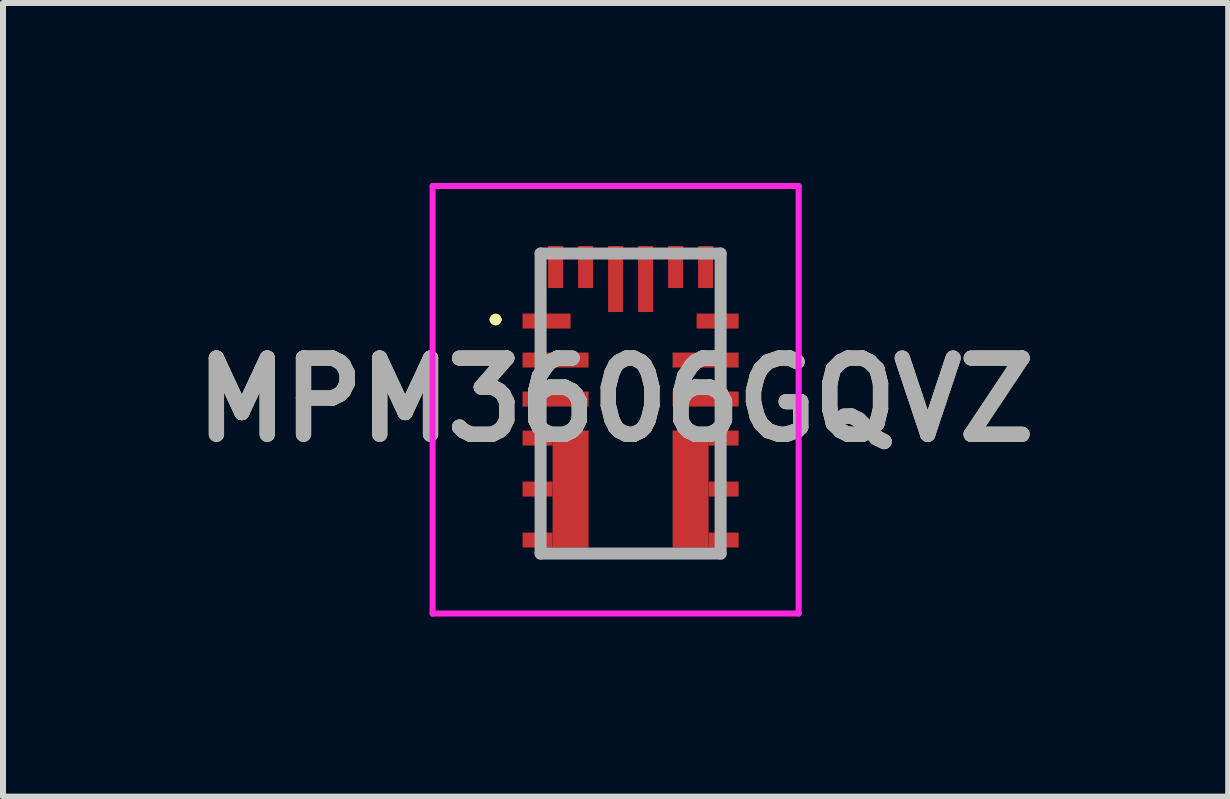
<source format=kicad_pcb>
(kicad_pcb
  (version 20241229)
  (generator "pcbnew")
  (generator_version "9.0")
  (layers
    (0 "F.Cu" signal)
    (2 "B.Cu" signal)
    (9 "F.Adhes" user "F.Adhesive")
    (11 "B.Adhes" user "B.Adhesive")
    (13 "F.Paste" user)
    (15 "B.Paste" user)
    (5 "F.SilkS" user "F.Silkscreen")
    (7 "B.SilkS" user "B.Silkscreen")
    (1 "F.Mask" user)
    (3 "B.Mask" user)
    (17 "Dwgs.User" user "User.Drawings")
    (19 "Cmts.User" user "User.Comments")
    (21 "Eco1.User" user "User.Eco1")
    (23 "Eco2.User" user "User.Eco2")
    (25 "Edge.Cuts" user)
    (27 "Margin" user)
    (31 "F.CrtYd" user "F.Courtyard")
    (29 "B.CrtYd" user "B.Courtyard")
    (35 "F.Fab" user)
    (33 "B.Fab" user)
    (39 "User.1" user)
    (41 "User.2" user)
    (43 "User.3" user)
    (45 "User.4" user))
  (footprint "MPM3606GQVZ"
    (layer "F.Cu")
    (at 6.059 2.3)
    (property "Reference" "MPM3606GQVZ" (at 1.15 1.313 0) (layer "F.SilkS") (effects (font (size 1.27 1.27) (thickness 0.254))))
    (attr smd)
    (fp_line (start -0.9 -0.025) (end -0.9 -0.025) (stroke (width 0.1) (type solid)) (layer "F.SilkS"))
    (fp_line (start -0.8 -0.025) (end -0.8 -0.025) (stroke (width 0.1) (type solid)) (layer "F.SilkS"))
    (fp_line (start 1 3.875) (end 1.8 3.875) (stroke (width 0.1) (type solid)) (layer "F.SilkS"))
    (fp_arc (start -0.9 -0.025) (mid -0.85 -0.075) (end -0.8 -0.025) (stroke (width 0.1) (type solid)) (layer "F.SilkS"))
    (fp_arc (start -0.8 -0.025) (mid -0.85 0.025) (end -0.9 -0.025) (stroke (width 0.1) (type solid)) (layer "F.SilkS"))
    (fp_line (start -1.9 -2.25) (end 4.2 -2.25) (stroke (width 0.1) (type solid)) (layer "F.CrtYd"))
    (fp_line (start -1.9 4.875) (end -1.9 -2.25) (stroke (width 0.1) (type solid)) (layer "F.CrtYd"))
    (fp_line (start 4.2 -2.25) (end 4.2 4.875) (stroke (width 0.1) (type solid)) (layer "F.CrtYd"))
    (fp_line (start 4.2 4.875) (end -1.9 4.875) (stroke (width 0.1) (type solid)) (layer "F.CrtYd"))
    (fp_line (start -0.1 -1.125) (end 2.9 -1.125) (stroke (width 0.2) (type solid)) (layer "F.Fab"))
    (fp_line (start -0.1 3.875) (end -0.1 -1.125) (stroke (width 0.2) (type solid)) (layer "F.Fab"))
    (fp_line (start 2.9 -1.125) (end 2.9 3.875) (stroke (width 0.2) (type solid)) (layer "F.Fab"))
    (fp_line (start 2.9 3.875) (end -0.1 3.875) (stroke (width 0.2) (type solid)) (layer "F.Fab"))
    (fp_text user "${REFERENCE}" (at 1.15 1.313 0) (layer "F.Fab") (effects (font (size 1.27 1.27) (thickness 0.254))))
    (pad "1" smd rect (at 0 0 90) (size 0.25 0.8) (layers "F.Cu" "F.Mask" "F.Paste"))
    (pad "2" smd rect (at 0.15 0.65 90) (size 0.25 1.1) (layers "F.Cu" "F.Mask" "F.Paste"))
    (pad "3" smd rect (at 0.15 1.3 90) (size 0.25 1.1) (layers "F.Cu" "F.Mask" "F.Paste"))
    (pad "4" smd rect (at -0.15 1.95 90) (size 0.25 0.5) (layers "F.Cu" "F.Mask" "F.Paste"))
    (pad "5" smd rect (at -0.15 2.8 90) (size 0.25 0.5) (layers "F.Cu" "F.Mask" "F.Paste"))
    (pad "6" smd rect (at -0.15 3.65 90) (size 0.25 0.5) (layers "F.Cu" "F.Mask" "F.Paste"))
    (pad "7" smd rect (at 2.95 3.65 90) (size 0.25 0.5) (layers "F.Cu" "F.Mask" "F.Paste"))
    (pad "8" smd rect (at 2.95 2.8 90) (size 0.25 0.5) (layers "F.Cu" "F.Mask" "F.Paste"))
    (pad "9" smd rect (at 2.95 1.95 90) (size 0.25 0.5) (layers "F.Cu" "F.Mask" "F.Paste"))
    (pad "10" smd rect (at 2.65 1.3 90) (size 0.25 1.1) (layers "F.Cu" "F.Mask" "F.Paste"))
    (pad "11" smd rect (at 2.65 0.65 90) (size 0.25 1.1) (layers "F.Cu" "F.Mask" "F.Paste"))
    (pad "12" smd rect (at 2.85 0 90) (size 0.25 0.7) (layers "F.Cu" "F.Mask" "F.Paste"))
    (pad "13" smd rect (at 2.65 -0.9) (size 0.25 0.7) (layers "F.Cu" "F.Mask" "F.Paste"))
    (pad "14" smd rect (at 2.15 -0.9) (size 0.25 0.7) (layers "F.Cu" "F.Mask" "F.Paste"))
    (pad "15" smd rect (at 1.65 -0.7) (size 0.25 1.1) (layers "F.Cu" "F.Mask" "F.Paste"))
    (pad "16" smd rect (at 1.15 -0.7) (size 0.25 1.1) (layers "F.Cu" "F.Mask" "F.Paste"))
    (pad "17" smd rect (at 0.65 -0.9) (size 0.25 0.7) (layers "F.Cu" "F.Mask" "F.Paste"))
    (pad "18" smd rect (at 0.15 -0.9) (size 0.25 0.7) (layers "F.Cu" "F.Mask" "F.Paste"))
    (pad "19" smd rect (at 0.4 2.8) (size 0.6 1.95) (layers "F.Cu" "F.Mask" "F.Paste"))
    (pad "20" smd rect (at 2.4 2.8) (size 0.6 1.95) (layers "F.Cu" "F.Mask" "F.Paste")))
  (gr_rect
    (start -3 -3)
    (end 17.418 10.225)
    (stroke (width 0.1) (type default))
    (fill no)
    (layer "Edge.Cuts")))
</source>
